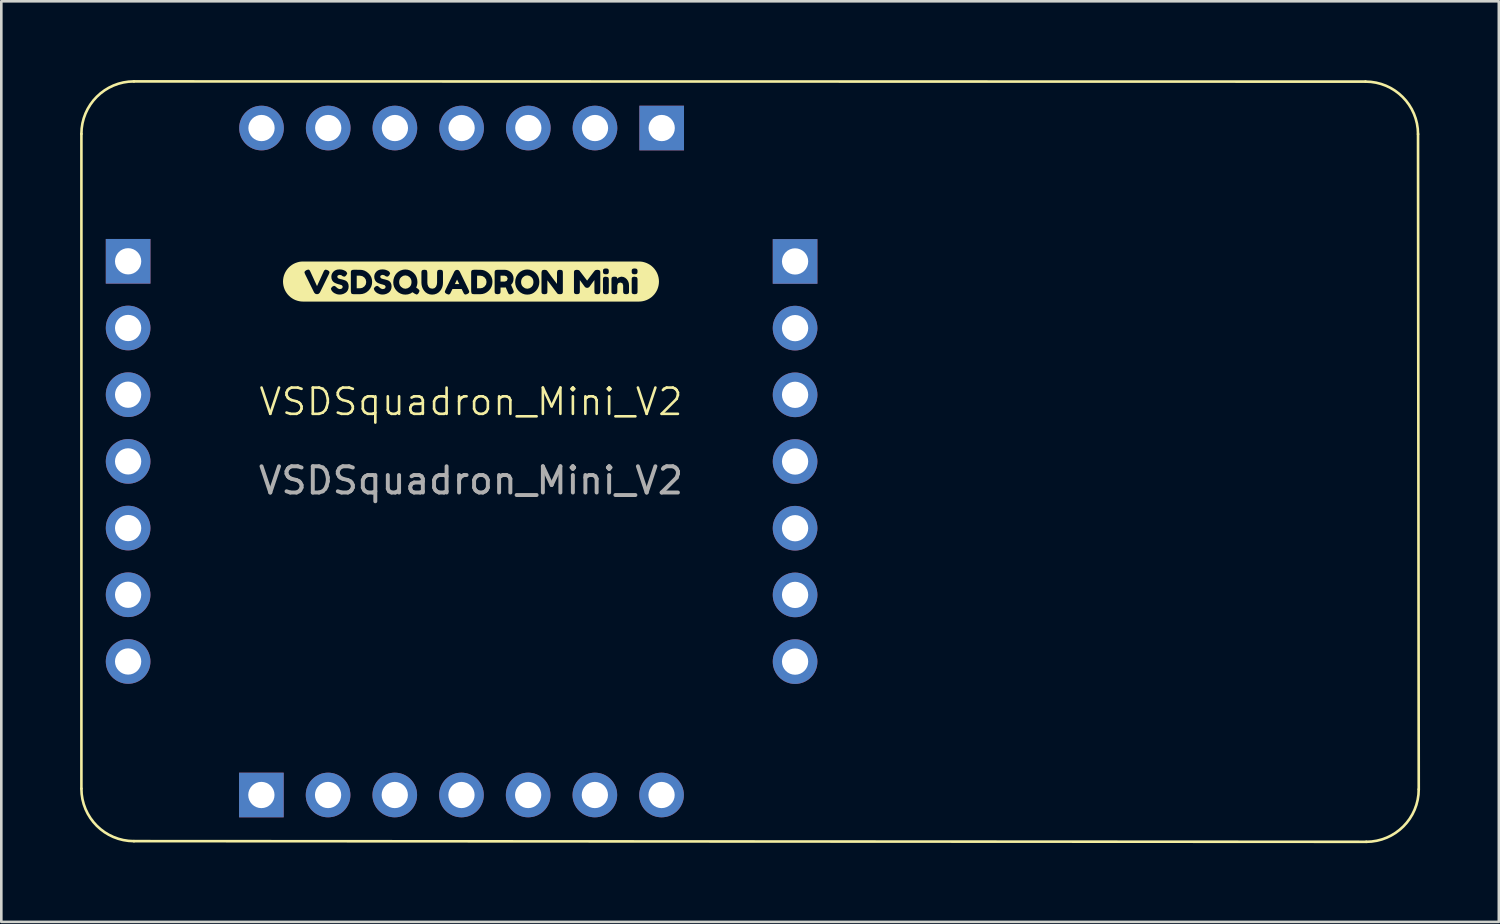
<source format=kicad_pcb>
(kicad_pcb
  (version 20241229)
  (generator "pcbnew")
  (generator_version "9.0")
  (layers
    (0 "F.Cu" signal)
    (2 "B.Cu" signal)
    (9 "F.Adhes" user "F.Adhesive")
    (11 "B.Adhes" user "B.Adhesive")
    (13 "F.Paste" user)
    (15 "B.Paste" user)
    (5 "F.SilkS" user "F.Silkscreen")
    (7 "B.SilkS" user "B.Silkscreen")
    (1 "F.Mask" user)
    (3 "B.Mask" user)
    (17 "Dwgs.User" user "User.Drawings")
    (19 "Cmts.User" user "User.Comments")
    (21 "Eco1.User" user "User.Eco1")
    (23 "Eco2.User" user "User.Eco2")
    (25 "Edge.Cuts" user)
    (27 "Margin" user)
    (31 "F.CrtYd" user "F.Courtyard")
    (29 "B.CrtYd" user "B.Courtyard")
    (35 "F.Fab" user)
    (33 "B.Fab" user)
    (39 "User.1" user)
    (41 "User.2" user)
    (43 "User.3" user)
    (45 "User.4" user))
  (footprint "VSDSquadron_Mini_V2"
    (layer "F.Cu")
    (at 14.512 14.353)
    (property "Reference" "VSDSquadron_Mini_V2" (at 0.374 -2.101 0) (unlocked yes) (layer "F.SilkS") (effects (font (size 1 1) (thickness 0.1))))
    (attr smd)
    (fp_line (start -14.462 12.63) (end -14.462 -12.303) (stroke (width 0.1) (type default)) (layer "F.SilkS"))
    (fp_line (start -12.462 -14.303) (end 34.441 -14.295) (stroke (width 0.1) (type default)) (layer "F.SilkS"))
    (fp_line (start 34.468 14.656) (end -12.462 14.63) (stroke (width 0.1) (type default)) (layer "F.SilkS"))
    (fp_line (start 36.468 12.656) (end 36.441 -12.295) (stroke (width 0.1) (type default)) (layer "F.SilkS"))
    (fp_arc (start -14.462372 -12.303372) (mid -13.876586 -13.717586) (end -12.462372 -14.303372) (stroke (width 0.1) (type default)) (layer "F.SilkS"))
    (fp_arc (start -12.462372 14.6304) (mid -13.876586 14.044614) (end -14.462372 12.6304) (stroke (width 0.1) (type default)) (layer "F.SilkS"))
    (fp_arc (start 34.440814 -14.295186) (mid 35.855028 -13.7094) (end 36.440814 -12.295186) (stroke (width 0.1) (type default)) (layer "F.SilkS"))
    (fp_arc (start 36.4678 12.6558) (mid 35.882014 14.070014) (end 34.4678 14.6558) (stroke (width 0.1) (type default)) (layer "F.SilkS"))
    (fp_poly (pts (xy -0.156 -6.758) (xy -0.24 -6.584) (xy -0.071 -6.584) (xy -0.156 -6.758)) (stroke (width 0) (type solid)) (fill yes) (layer "F.SilkS"))
    (fp_poly (pts (xy 1.5 -6.679) (xy 1.662 -6.679) (xy 1.736 -6.707) (xy 1.773 -6.791) (xy 1.736 -6.875) (xy 1.66 -6.904) (xy 1.5 -6.904) (xy 1.5 -6.679)) (stroke (width 0) (type solid)) (fill yes) (layer "F.SilkS"))
    (fp_poly (pts (xy -3.855 -6.904) (xy -3.977 -6.904) (xy -3.977 -6.424) (xy -3.853 -6.424) (xy -3.766 -6.441) (xy -3.688 -6.492) (xy -3.633 -6.569) (xy -3.615 -6.663) (xy -3.633 -6.757) (xy -3.686 -6.835) (xy -3.764 -6.887) (xy -3.855 -6.904)) (stroke (width 0) (type solid)) (fill yes) (layer "F.SilkS"))
    (fp_poly (pts (xy 0.727 -6.904) (xy 0.606 -6.904) (xy 0.606 -6.424) (xy 0.729 -6.424) (xy 0.816 -6.441) (xy 0.894 -6.492) (xy 0.949 -6.569) (xy 0.967 -6.663) (xy 0.95 -6.757) (xy 0.896 -6.835) (xy 0.818 -6.887) (xy 0.727 -6.904)) (stroke (width 0) (type solid)) (fill yes) (layer "F.SilkS"))
    (fp_poly (pts (xy -2.361 -6.661) (xy -2.353 -6.591) (xy -2.329 -6.53) (xy -2.288 -6.478) (xy -2.211 -6.425) (xy -2.125 -6.407) (xy -2.039 -6.425) (xy -1.962 -6.476) (xy -1.922 -6.527) (xy -1.898 -6.588) (xy -1.89 -6.66) (xy -1.898 -6.732) (xy -1.922 -6.794) (xy -1.963 -6.846) (xy -2.04 -6.898) (xy -2.126 -6.915) (xy -2.212 -6.898) (xy -2.289 -6.845) (xy -2.329 -6.793) (xy -2.353 -6.732) (xy -2.361 -6.661)) (stroke (width 0) (type solid)) (fill yes) (layer "F.SilkS"))
    (fp_poly (pts (xy 2.282 -6.661) (xy 2.29 -6.591) (xy 2.314 -6.53) (xy 2.355 -6.478) (xy 2.432 -6.425) (xy 2.518 -6.407) (xy 2.604 -6.425) (xy 2.681 -6.476) (xy 2.721 -6.527) (xy 2.745 -6.588) (xy 2.753 -6.66) (xy 2.745 -6.732) (xy 2.721 -6.794) (xy 2.68 -6.846) (xy 2.603 -6.898) (xy 2.517 -6.915) (xy 2.431 -6.898) (xy 2.354 -6.845) (xy 2.314 -6.793) (xy 2.29 -6.732) (xy 2.282 -6.661)) (stroke (width 0) (type solid)) (fill yes) (layer "F.SilkS"))
    (fp_poly (pts (xy -5.968 -7.444) (xy -6.021 -7.444) (xy -6.096 -7.441) (xy -6.17 -7.43) (xy -6.242 -7.411) (xy -6.313 -7.386) (xy -6.381 -7.354) (xy -6.445 -7.316) (xy -6.505 -7.271) (xy -6.56 -7.221) (xy -6.611 -7.165) (xy -6.655 -7.105) (xy -6.694 -7.041) (xy -6.726 -6.973) (xy -6.751 -6.903) (xy -6.769 -6.83) (xy -6.78 -6.756) (xy -6.784 -6.681) (xy -6.78 -6.606) (xy -6.769 -6.532) (xy -6.751 -6.46) (xy -6.726 -6.389) (xy -6.694 -6.321) (xy -6.655 -6.257) (xy -6.611 -6.197) (xy -6.56 -6.142) (xy -6.505 -6.091) (xy -6.445 -6.047) (xy -6.381 -6.008) (xy -6.313 -5.976) (xy -6.242 -5.951) (xy -6.17 -5.933) (xy -6.096 -5.922) (xy -6.021 -5.918) (xy -5.968 -5.918) (xy -5.483 -5.918) (xy -5.483 -6.199) (xy -5.496 -6.199) (xy -5.556 -6.216) (xy -5.598 -6.261) (xy -5.949 -6.973) (xy -5.968 -7.034) (xy -5.949 -7.076) (xy -5.893 -7.115) (xy -5.829 -7.136) (xy -5.795 -7.131) (xy -5.774 -7.114) (xy -5.753 -7.08) (xy -5.736 -7.044) (xy -5.704 -6.975) (xy -5.663 -6.885) (xy -5.619 -6.79) (xy -5.576 -6.695) (xy -5.534 -6.605) (xy -5.503 -6.537) (xy -5.489 -6.508) (xy -5.235 -7.064) (xy -5.217 -7.102) (xy -5.162 -7.136) (xy -5.087 -7.115) (xy -5.03 -7.076) (xy -5.012 -7.034) (xy -5.031 -6.973) (xy -5.381 -6.261) (xy -5.424 -6.216) (xy -5.483 -6.199) (xy -5.483 -5.918) (xy -4.623 -5.918) (xy -4.623 -6.185) (xy -4.681 -6.189) (xy -4.736 -6.2) (xy -4.822 -6.236) (xy -4.88 -6.276) (xy -4.916 -6.315) (xy -4.928 -6.329) (xy -4.961 -6.402) (xy -4.947 -6.439) (xy -4.906 -6.487) (xy -4.839 -6.518) (xy -4.796 -6.502) (xy -4.74 -6.454) (xy -4.689 -6.413) (xy -4.628 -6.393) (xy -4.563 -6.404) (xy -4.523 -6.436) (xy -4.51 -6.49) (xy -4.542 -6.539) (xy -4.623 -6.567) (xy -4.673 -6.579) (xy -4.727 -6.596) (xy -4.781 -6.617) (xy -4.831 -6.642) (xy -4.876 -6.677) (xy -4.912 -6.727) (xy -4.936 -6.791) (xy -4.944 -6.866) (xy -4.935 -6.937) (xy -4.907 -7.002) (xy -4.861 -7.061) (xy -4.799 -7.107) (xy -4.723 -7.135) (xy -4.634 -7.144) (xy -4.562 -7.139) (xy -4.495 -7.124) (xy -4.408 -7.084) (xy -4.377 -7.06) (xy -4.337 -6.998) (xy -4.368 -6.928) (xy -4.412 -6.881) (xy -4.457 -6.865) (xy -4.523 -6.89) (xy -4.537 -6.903) (xy -4.557 -6.919) (xy -4.625 -6.936) (xy -4.694 -6.916) (xy -4.721 -6.861) (xy -4.688 -6.805) (xy -4.608 -6.776) (xy -4.557 -6.766) (xy -4.502 -6.752) (xy -4.447 -6.735) (xy -4.397 -6.714) (xy -4.353 -6.682) (xy -4.316 -6.634) (xy -4.292 -6.571) (xy -4.284 -6.495) (xy -4.292 -6.417) (xy -4.317 -6.35) (xy -4.355 -6.294) (xy -4.403 -6.253) (xy -4.473 -6.215) (xy -4.547 -6.193) (xy -4.623 -6.185) (xy -4.623 -5.918) (xy -3.857 -5.918) (xy -3.857 -6.199) (xy -4.09 -6.199) (xy -4.153 -6.207) (xy -4.186 -6.231) (xy -4.201 -6.312) (xy -4.201 -7.018) (xy -4.2 -7.063) (xy -4.187 -7.096) (xy -4.154 -7.122) (xy -4.088 -7.13) (xy -3.853 -7.129) (xy -3.764 -7.121) (xy -3.68 -7.096) (xy -3.602 -7.054) (xy -3.53 -6.996) (xy -3.468 -6.926) (xy -3.425 -6.848) (xy -3.399 -6.763) (xy -3.39 -6.67) (xy -3.398 -6.576) (xy -3.424 -6.49) (xy -3.467 -6.41) (xy -3.526 -6.338) (xy -3.598 -6.277) (xy -3.677 -6.234) (xy -3.764 -6.208) (xy -3.857 -6.199) (xy -3.857 -5.918) (xy -2.989 -5.918) (xy -2.989 -6.185) (xy -3.047 -6.189) (xy -3.102 -6.2) (xy -3.188 -6.236) (xy -3.245 -6.276) (xy -3.282 -6.315) (xy -3.293 -6.329) (xy -3.326 -6.402) (xy -3.313 -6.439) (xy -3.272 -6.487) (xy -3.204 -6.518) (xy -3.162 -6.502) (xy -3.105 -6.454) (xy -3.055 -6.413) (xy -2.994 -6.393) (xy -2.928 -6.404) (xy -2.889 -6.436) (xy -2.876 -6.49) (xy -2.908 -6.539) (xy -2.989 -6.567) (xy -3.039 -6.579) (xy -3.093 -6.596) (xy -3.147 -6.617) (xy -3.197 -6.642) (xy -3.241 -6.677) (xy -3.277 -6.727) (xy -3.302 -6.791) (xy -3.31 -6.866) (xy -3.301 -6.937) (xy -3.273 -7.002) (xy -3.227 -7.061) (xy -3.165 -7.107) (xy -3.089 -7.135) (xy -3 -7.144) (xy -2.927 -7.139) (xy -2.861 -7.124) (xy -2.774 -7.084) (xy -2.742 -7.06) (xy -2.703 -6.998) (xy -2.733 -6.928) (xy -2.777 -6.881) (xy -2.822 -6.865) (xy -2.888 -6.89) (xy -2.903 -6.903) (xy -2.923 -6.919) (xy -2.99 -6.936) (xy -3.059 -6.916) (xy -3.086 -6.861) (xy -3.054 -6.805) (xy -2.973 -6.776) (xy -2.923 -6.766) (xy -2.868 -6.752) (xy -2.813 -6.735) (xy -2.762 -6.714) (xy -2.718 -6.682) (xy -2.682 -6.634) (xy -2.658 -6.571) (xy -2.649 -6.495) (xy -2.658 -6.417) (xy -2.682 -6.35) (xy -2.721 -6.294) (xy -2.769 -6.253) (xy -2.839 -6.215) (xy -2.912 -6.193) (xy -2.989 -6.185) (xy -2.989 -5.918) (xy -2.119 -5.918) (xy -2.119 -6.183) (xy -2.213 -6.191) (xy -2.3 -6.218) (xy -2.379 -6.261) (xy -2.451 -6.322) (xy -2.51 -6.396) (xy -2.552 -6.475) (xy -2.578 -6.562) (xy -2.586 -6.655) (xy -2.576 -6.757) (xy -2.548 -6.853) (xy -2.503 -6.937) (xy -2.446 -7.007) (xy -2.378 -7.062) (xy -2.3 -7.105) (xy -2.216 -7.131) (xy -2.13 -7.14) (xy -2.039 -7.132) (xy -1.954 -7.106) (xy -1.876 -7.064) (xy -1.804 -7.004) (xy -1.743 -6.932) (xy -1.7 -6.85) (xy -1.674 -6.76) (xy -1.665 -6.66) (xy -1.67 -6.59) (xy -1.686 -6.52) (xy -1.712 -6.451) (xy -1.628 -6.393) (xy -1.583 -6.328) (xy -1.621 -6.241) (xy -1.659 -6.199) (xy -1.698 -6.185) (xy -1.772 -6.22) (xy -1.807 -6.244) (xy -1.853 -6.274) (xy -1.935 -6.223) (xy -2.024 -6.193) (xy -2.119 -6.183) (xy -2.119 -5.918) (xy -1.105 -5.918) (xy -1.105 -6.183) (xy -1.197 -6.193) (xy -1.281 -6.223) (xy -1.353 -6.27) (xy -1.41 -6.33) (xy -1.455 -6.4) (xy -1.487 -6.474) (xy -1.506 -6.552) (xy -1.513 -6.635) (xy -1.513 -7.017) (xy -1.511 -7.062) (xy -1.499 -7.096) (xy -1.465 -7.122) (xy -1.4 -7.13) (xy -1.335 -7.122) (xy -1.302 -7.096) (xy -1.287 -7.016) (xy -1.287 -6.635) (xy -1.277 -6.559) (xy -1.249 -6.487) (xy -1.192 -6.43) (xy -1.101 -6.409) (xy -1.02 -6.426) (xy -0.963 -6.477) (xy -0.929 -6.551) (xy -0.917 -6.636) (xy -0.917 -7.025) (xy -0.904 -7.095) (xy -0.868 -7.122) (xy -0.807 -7.13) (xy -0.75 -7.124) (xy -0.717 -7.109) (xy -0.7 -7.082) (xy -0.692 -7.016) (xy -0.692 -6.632) (xy -0.699 -6.55) (xy -0.718 -6.472) (xy -0.751 -6.398) (xy -0.797 -6.327) (xy -0.855 -6.269) (xy -0.927 -6.223) (xy -1.012 -6.193) (xy -1.105 -6.183) (xy -1.105 -5.918) (xy 0.169 -5.918) (xy 0.169 -6.185) (xy 0.129 -6.197) (xy 0.106 -6.221) (xy 0.086 -6.259) (xy 0.02 -6.396) (xy -0.332 -6.396) (xy -0.398 -6.259) (xy -0.417 -6.222) (xy -0.44 -6.199) (xy -0.481 -6.186) (xy -0.549 -6.208) (xy -0.604 -6.246) (xy -0.623 -6.289) (xy -0.601 -6.354) (xy -0.258 -7.064) (xy -0.216 -7.111) (xy -0.155 -7.129) (xy -0.095 -7.112) (xy -0.054 -7.063) (xy 0.289 -6.354) (xy 0.311 -6.289) (xy 0.292 -6.246) (xy 0.237 -6.207) (xy 0.169 -6.185) (xy 0.169 -5.918) (xy 0.725 -5.918) (xy 0.725 -6.199) (xy 0.493 -6.199) (xy 0.43 -6.207) (xy 0.396 -6.231) (xy 0.381 -6.312) (xy 0.381 -7.018) (xy 0.383 -7.063) (xy 0.395 -7.096) (xy 0.428 -7.122) (xy 0.494 -7.13) (xy 0.729 -7.129) (xy 0.818 -7.121) (xy 0.902 -7.096) (xy 0.98 -7.054) (xy 1.053 -6.996) (xy 1.114 -6.926) (xy 1.157 -6.848) (xy 1.184 -6.763) (xy 1.192 -6.67) (xy 1.184 -6.576) (xy 1.158 -6.49) (xy 1.115 -6.41) (xy 1.056 -6.338) (xy 0.984 -6.277) (xy 0.905 -6.234) (xy 0.818 -6.208) (xy 0.725 -6.199) (xy 0.725 -5.918) (xy 1.862 -5.918) (xy 1.862 -6.19) (xy 1.822 -6.202) (xy 1.798 -6.227) (xy 1.781 -6.263) (xy 1.748 -6.34) (xy 1.699 -6.457) (xy 1.66 -6.454) (xy 1.5 -6.454) (xy 1.5 -6.311) (xy 1.498 -6.267) (xy 1.486 -6.233) (xy 1.452 -6.208) (xy 1.387 -6.199) (xy 1.316 -6.211) (xy 1.282 -6.246) (xy 1.275 -6.312) (xy 1.275 -7.017) (xy 1.277 -7.061) (xy 1.289 -7.095) (xy 1.322 -7.12) (xy 1.388 -7.129) (xy 1.662 -7.129) (xy 1.736 -7.12) (xy 1.808 -7.093) (xy 1.879 -7.048) (xy 1.926 -7.001) (xy 1.963 -6.941) (xy 1.988 -6.87) (xy 1.996 -6.791) (xy 1.986 -6.701) (xy 1.954 -6.622) (xy 1.901 -6.555) (xy 1.923 -6.503) (xy 1.952 -6.436) (xy 1.987 -6.355) (xy 2.006 -6.289) (xy 1.987 -6.245) (xy 1.928 -6.208) (xy 1.862 -6.19) (xy 1.862 -5.918) (xy 2.521 -5.918) (xy 2.521 -6.183) (xy 2.428 -6.191) (xy 2.342 -6.218) (xy 2.264 -6.261) (xy 2.192 -6.322) (xy 2.133 -6.396) (xy 2.091 -6.475) (xy 2.066 -6.562) (xy 2.057 -6.655) (xy 2.067 -6.757) (xy 2.095 -6.853) (xy 2.14 -6.937) (xy 2.197 -7.007) (xy 2.265 -7.062) (xy 2.343 -7.105) (xy 2.427 -7.131) (xy 2.513 -7.14) (xy 2.604 -7.132) (xy 2.689 -7.106) (xy 2.767 -7.064) (xy 2.839 -7.004) (xy 2.9 -6.932) (xy 2.943 -6.852) (xy 2.969 -6.764) (xy 2.978 -6.667) (xy 2.97 -6.57) (xy 2.945 -6.481) (xy 2.904 -6.399) (xy 2.846 -6.324) (xy 2.776 -6.262) (xy 2.699 -6.218) (xy 2.613 -6.192) (xy 2.521 -6.183) (xy 2.521 -5.918) (xy 3.76 -5.918) (xy 3.76 -6.198) (xy 3.692 -6.206) (xy 3.66 -6.23) (xy 3.57 -6.349) (xy 3.491 -6.454) (xy 3.423 -6.545) (xy 3.366 -6.62) (xy 3.319 -6.681) (xy 3.284 -6.728) (xy 3.284 -6.31) (xy 3.282 -6.265) (xy 3.27 -6.232) (xy 3.236 -6.206) (xy 3.171 -6.198) (xy 3.107 -6.206) (xy 3.074 -6.232) (xy 3.062 -6.266) (xy 3.06 -6.311) (xy 3.06 -7.02) (xy 3.073 -7.09) (xy 3.109 -7.12) (xy 3.171 -7.128) (xy 3.231 -7.121) (xy 3.262 -7.105) (xy 3.292 -7.072) (xy 3.376 -6.957) (xy 3.45 -6.856) (xy 3.515 -6.769) (xy 3.57 -6.696) (xy 3.615 -6.636) (xy 3.65 -6.59) (xy 3.65 -7.02) (xy 3.662 -7.09) (xy 3.698 -7.12) (xy 3.758 -7.128) (xy 3.817 -7.121) (xy 3.85 -7.106) (xy 3.866 -7.079) (xy 3.873 -7.015) (xy 3.873 -6.31) (xy 3.871 -6.265) (xy 3.859 -6.232) (xy 3.826 -6.206) (xy 3.76 -6.198) (xy 3.76 -5.918) (xy 5.19 -5.918) (xy 5.19 -6.199) (xy 5.132 -6.206) (xy 5.099 -6.221) (xy 5.081 -6.246) (xy 5.075 -6.312) (xy 5.075 -6.738) (xy 5.036 -6.687) (xy 4.982 -6.613) (xy 4.932 -6.543) (xy 4.904 -6.505) (xy 4.882 -6.475) (xy 4.851 -6.453) (xy 4.797 -6.438) (xy 4.745 -6.451) (xy 4.711 -6.477) (xy 4.701 -6.491) (xy 4.664 -6.541) (xy 4.601 -6.627) (xy 4.543 -6.706) (xy 4.52 -6.738) (xy 4.52 -6.31) (xy 4.518 -6.266) (xy 4.506 -6.233) (xy 4.471 -6.208) (xy 4.407 -6.199) (xy 4.344 -6.208) (xy 4.31 -6.233) (xy 4.298 -6.266) (xy 4.296 -6.312) (xy 4.296 -7.017) (xy 4.298 -7.061) (xy 4.31 -7.095) (xy 4.344 -7.119) (xy 4.409 -7.128) (xy 4.468 -7.119) (xy 4.501 -7.102) (xy 4.508 -7.095) (xy 4.797 -6.716) (xy 4.877 -6.823) (xy 4.946 -6.914) (xy 5.004 -6.989) (xy 5.05 -7.049) (xy 5.085 -7.093) (xy 5.121 -7.119) (xy 5.187 -7.128) (xy 5.252 -7.119) (xy 5.285 -7.093) (xy 5.298 -7.059) (xy 5.299 -7.015) (xy 5.299 -6.31) (xy 5.287 -6.24) (xy 5.251 -6.207) (xy 5.19 -6.199) (xy 5.19 -5.918) (xy 5.512 -5.918) (xy 5.512 -6.198) (xy 5.447 -6.206) (xy 5.414 -6.232) (xy 5.403 -6.265) (xy 5.401 -6.31) (xy 5.401 -6.755) (xy 5.403 -6.799) (xy 5.414 -6.833) (xy 5.447 -6.858) (xy 5.512 -6.866) (xy 5.512 -6.957) (xy 5.448 -6.965) (xy 5.414 -6.992) (xy 5.403 -7.025) (xy 5.401 -7.069) (xy 5.403 -7.113) (xy 5.414 -7.145) (xy 5.447 -7.171) (xy 5.513 -7.18) (xy 5.577 -7.171) (xy 5.609 -7.145) (xy 5.621 -7.112) (xy 5.623 -7.068) (xy 5.621 -7.024) (xy 5.61 -6.991) (xy 5.576 -6.965) (xy 5.512 -6.957) (xy 5.512 -6.866) (xy 5.513 -6.866) (xy 5.599 -6.844) (xy 5.622 -6.79) (xy 5.623 -6.753) (xy 5.623 -6.308) (xy 5.621 -6.265) (xy 5.609 -6.231) (xy 5.577 -6.206) (xy 5.512 -6.198) (xy 5.512 -5.918) (xy 6.281 -5.918) (xy 6.281 -6.199) (xy 6.21 -6.211) (xy 6.177 -6.246) (xy 6.169 -6.311) (xy 6.169 -6.534) (xy 6.14 -6.616) (xy 6.06 -6.645) (xy 5.978 -6.614) (xy 5.947 -6.534) (xy 5.947 -6.31) (xy 5.945 -6.266) (xy 5.933 -6.233) (xy 5.9 -6.208) (xy 5.835 -6.199) (xy 5.771 -6.208) (xy 5.738 -6.233) (xy 5.727 -6.267) (xy 5.725 -6.311) (xy 5.725 -6.761) (xy 5.727 -6.803) (xy 5.739 -6.835) (xy 5.772 -6.859) (xy 5.837 -6.867) (xy 5.899 -6.86) (xy 5.932 -6.838) (xy 5.945 -6.786) (xy 5.967 -6.811) (xy 6.002 -6.838) (xy 6.097 -6.867) (xy 6.177 -6.856) (xy 6.247 -6.824) (xy 6.308 -6.77) (xy 6.355 -6.701) (xy 6.384 -6.622) (xy 6.393 -6.533) (xy 6.393 -6.31) (xy 6.391 -6.266) (xy 6.38 -6.233) (xy 6.347 -6.208) (xy 6.281 -6.199) (xy 6.281 -5.918) (xy 6.605 -5.918) (xy 6.605 -6.198) (xy 6.541 -6.206) (xy 6.507 -6.232) (xy 6.496 -6.265) (xy 6.495 -6.31) (xy 6.495 -6.755) (xy 6.496 -6.799) (xy 6.507 -6.833) (xy 6.541 -6.858) (xy 6.606 -6.866) (xy 6.606 -6.957) (xy 6.542 -6.965) (xy 6.508 -6.992) (xy 6.496 -7.025) (xy 6.495 -7.069) (xy 6.496 -7.113) (xy 6.507 -7.145) (xy 6.541 -7.171) (xy 6.606 -7.18) (xy 6.67 -7.171) (xy 6.703 -7.145) (xy 6.715 -7.112) (xy 6.717 -7.068) (xy 6.715 -7.024) (xy 6.703 -6.991) (xy 6.67 -6.965) (xy 6.606 -6.957) (xy 6.606 -6.866) (xy 6.606 -6.866) (xy 6.693 -6.844) (xy 6.716 -6.79) (xy 6.717 -6.753) (xy 6.717 -6.308) (xy 6.715 -6.265) (xy 6.703 -6.231) (xy 6.67 -6.206) (xy 6.605 -6.198) (xy 6.605 -5.918) (xy 6.717 -5.918) (xy 6.77 -5.918) (xy 6.844 -5.922) (xy 6.919 -5.933) (xy 6.991 -5.951) (xy 7.062 -5.976) (xy 7.129 -6.008) (xy 7.194 -6.047) (xy 7.254 -6.091) (xy 7.309 -6.142) (xy 7.36 -6.197) (xy 7.404 -6.257) (xy 7.443 -6.321) (xy 7.475 -6.389) (xy 7.5 -6.46) (xy 7.518 -6.532) (xy 7.529 -6.606) (xy 7.533 -6.681) (xy 7.529 -6.756) (xy 7.518 -6.83) (xy 7.5 -6.903) (xy 7.475 -6.973) (xy 7.443 -7.041) (xy 7.404 -7.105) (xy 7.36 -7.165) (xy 7.309 -7.221) (xy 7.254 -7.271) (xy 7.194 -7.316) (xy 7.129 -7.354) (xy 7.062 -7.386) (xy 6.991 -7.411) (xy 6.919 -7.43) (xy 6.844 -7.441) (xy 6.77 -7.444) (xy 6.717 -7.444) (xy -5.968 -7.444)) (stroke (width 0) (type solid)) (fill yes) (layer "F.SilkS"))
    (fp_text user "${REFERENCE}" (at 0.374 0.899 0) (unlocked yes) (layer "F.Fab") (effects (font (size 1 1) (thickness 0.15))))
    (pad "1" thru_hole rect (at -12.683 -7.452) (size 1.7 1.7) (drill 1) (layers "*.Cu" "*.Mask"))
    (pad "2" thru_hole oval (at -12.683 -4.912) (size 1.7 1.7) (drill 1) (layers "*.Cu" "*.Mask"))
    (pad "3" thru_hole oval (at -12.683 -2.372) (size 1.7 1.7) (drill 1) (layers "*.Cu" "*.Mask"))
    (pad "4" thru_hole oval (at -12.683 0.168) (size 1.7 1.7) (drill 1) (layers "*.Cu" "*.Mask"))
    (pad "5" thru_hole oval (at -12.683 2.708) (size 1.7 1.7) (drill 1) (layers "*.Cu" "*.Mask"))
    (pad "6" thru_hole oval (at -12.683 5.248) (size 1.7 1.7) (drill 1) (layers "*.Cu" "*.Mask"))
    (pad "7" thru_hole oval (at -12.683 7.788) (size 1.7 1.7) (drill 1) (layers "*.Cu" "*.Mask"))
    (pad "8" thru_hole rect (at -7.608 12.873 90) (size 1.7 1.7) (drill 1) (layers "*.Cu" "*.Mask"))
    (pad "9" thru_hole oval (at -5.068 12.873 90) (size 1.7 1.7) (drill 1) (layers "*.Cu" "*.Mask"))
    (pad "10" thru_hole oval (at -2.528 12.873 90) (size 1.7 1.7) (drill 1) (layers "*.Cu" "*.Mask"))
    (pad "11" thru_hole oval (at 0.012 12.873 90) (size 1.7 1.7) (drill 1) (layers "*.Cu" "*.Mask"))
    (pad "12" thru_hole oval (at 2.552 12.873 90) (size 1.7 1.7) (drill 1) (layers "*.Cu" "*.Mask"))
    (pad "13" thru_hole oval (at 5.092 12.873 90) (size 1.7 1.7) (drill 1) (layers "*.Cu" "*.Mask"))
    (pad "14" thru_hole oval (at 7.632 12.873 90) (size 1.7 1.7) (drill 1) (layers "*.Cu" "*.Mask"))
    (pad "15" thru_hole oval (at 12.717 7.793) (size 1.7 1.7) (drill 1) (layers "*.Cu" "*.Mask"))
    (pad "16" thru_hole oval (at 12.717 5.253) (size 1.7 1.7) (drill 1) (layers "*.Cu" "*.Mask"))
    (pad "17" thru_hole oval (at 12.717 2.713) (size 1.7 1.7) (drill 1) (layers "*.Cu" "*.Mask"))
    (pad "18" thru_hole oval (at 12.717 0.173) (size 1.7 1.7) (drill 1) (layers "*.Cu" "*.Mask"))
    (pad "19" thru_hole oval (at 12.717 -2.367) (size 1.7 1.7) (drill 1) (layers "*.Cu" "*.Mask"))
    (pad "20" thru_hole oval (at 12.717 -4.907) (size 1.7 1.7) (drill 1) (layers "*.Cu" "*.Mask"))
    (pad "21" thru_hole rect (at 12.717 -7.447) (size 1.7 1.7) (drill 1) (layers "*.Cu" "*.Mask"))
    (pad "22" thru_hole rect (at 7.637 -12.527 270) (size 1.7 1.7) (drill 1) (layers "*.Cu" "*.Mask"))
    (pad "23" thru_hole oval (at 5.097 -12.527 270) (size 1.7 1.7) (drill 1) (layers "*.Cu" "*.Mask"))
    (pad "24" thru_hole oval (at 2.557 -12.527 270) (size 1.7 1.7) (drill 1) (layers "*.Cu" "*.Mask"))
    (pad "25" thru_hole oval (at 0.017 -12.527 270) (size 1.7 1.7) (drill 1) (layers "*.Cu" "*.Mask"))
    (pad "26" thru_hole oval (at -2.523 -12.527 270) (size 1.7 1.7) (drill 1) (layers "*.Cu" "*.Mask"))
    (pad "27" thru_hole oval (at -5.063 -12.527 270) (size 1.7 1.7) (drill 1) (layers "*.Cu" "*.Mask"))
    (pad "28" thru_hole oval (at -7.603 -12.527 270) (size 1.7 1.7) (drill 1) (layers "*.Cu" "*.Mask")))
  (gr_rect
    (start -3 -3)
    (end 54.03 32.059)
    (stroke (width 0.1) (type default))
    (fill no)
    (layer "Edge.Cuts")))
</source>
